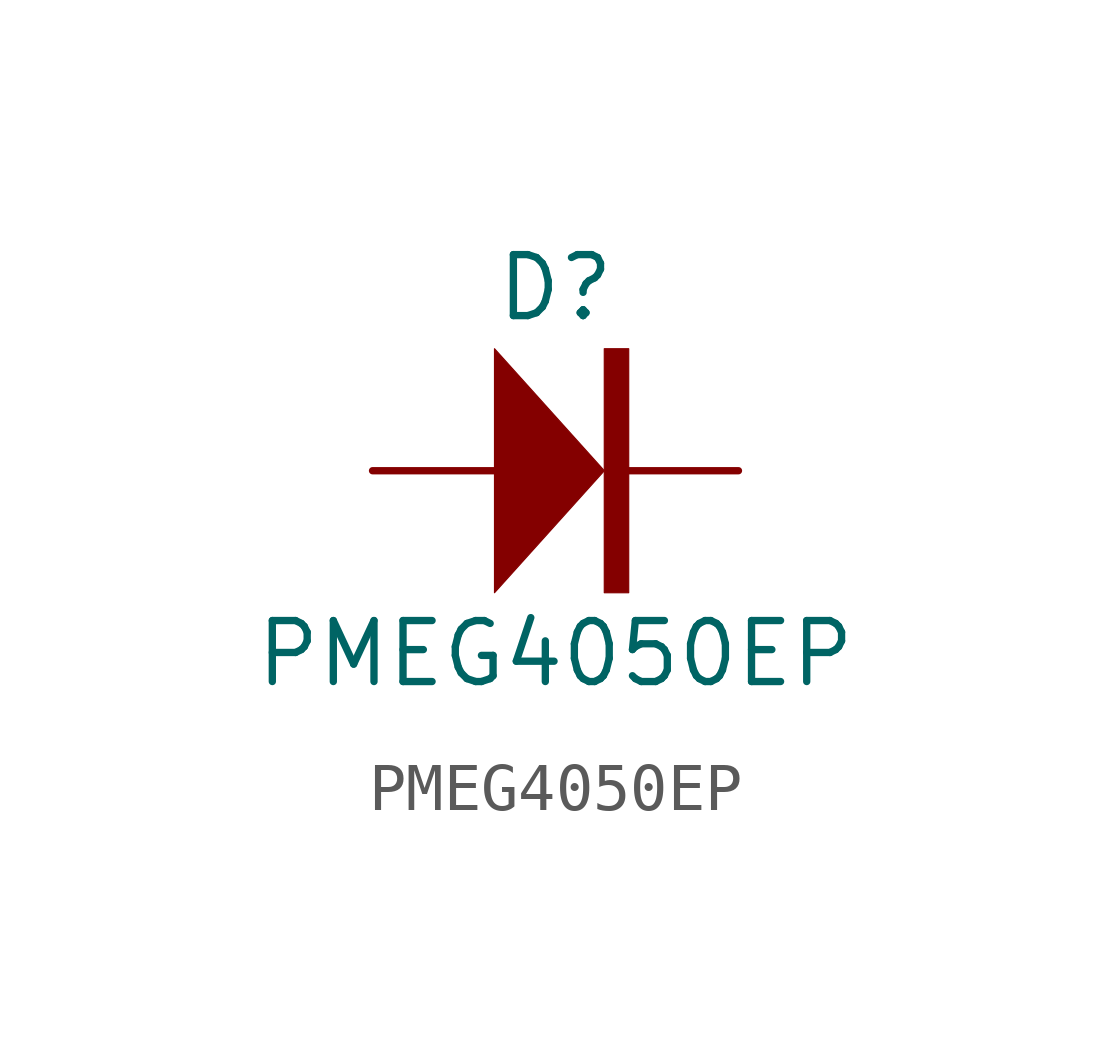
<source format=kicad_sym>
(kicad_symbol_lib
  (version 20211014)
  (generator kicad_symbol_editor)
  (symbol "PMEG4050EP"
    (pin_numbers hide)
    (pin_names
      (offset 0) hide)
    (property "Reference" "D"
      (at 1.27 3.81 0)
      (effects (font (size 1.27 1.27))))
    (property "Value" "PMEG4050EP"
      (at 1.27 -3.81 0)
      (effects (font (size 1.27 1.27))))
    (symbol "PMEG4050EP_0_1"
      (polyline (pts (xy 0 2.54) (xy 0 -2.54) (xy 2.286 0) (xy 0 2.54)) (stroke (width 0.025) (type default) (color 0 0 0 0)) (fill (type outline)))
      (rectangle (start 2.286 2.54) (end 2.794 -2.54) (stroke (width 0.025) (type default) (color 0 0 0 0)) (fill (type outline))))
    (symbol "PMEG4050EP_1_1"
      (pin passive line (at 5.08 0 180) (length 2.54) (name "K" (effects (font (size 0.635 0.635)))) (number "1" (effects (font (size 0.635 0.635)))))
      (pin passive line (at -2.54 0 0) (length 2.54) (name "A" (effects (font (size 0.635 0.635)))) (number "2" (effects (font (size 0.635 0.635))))))))
</source>
